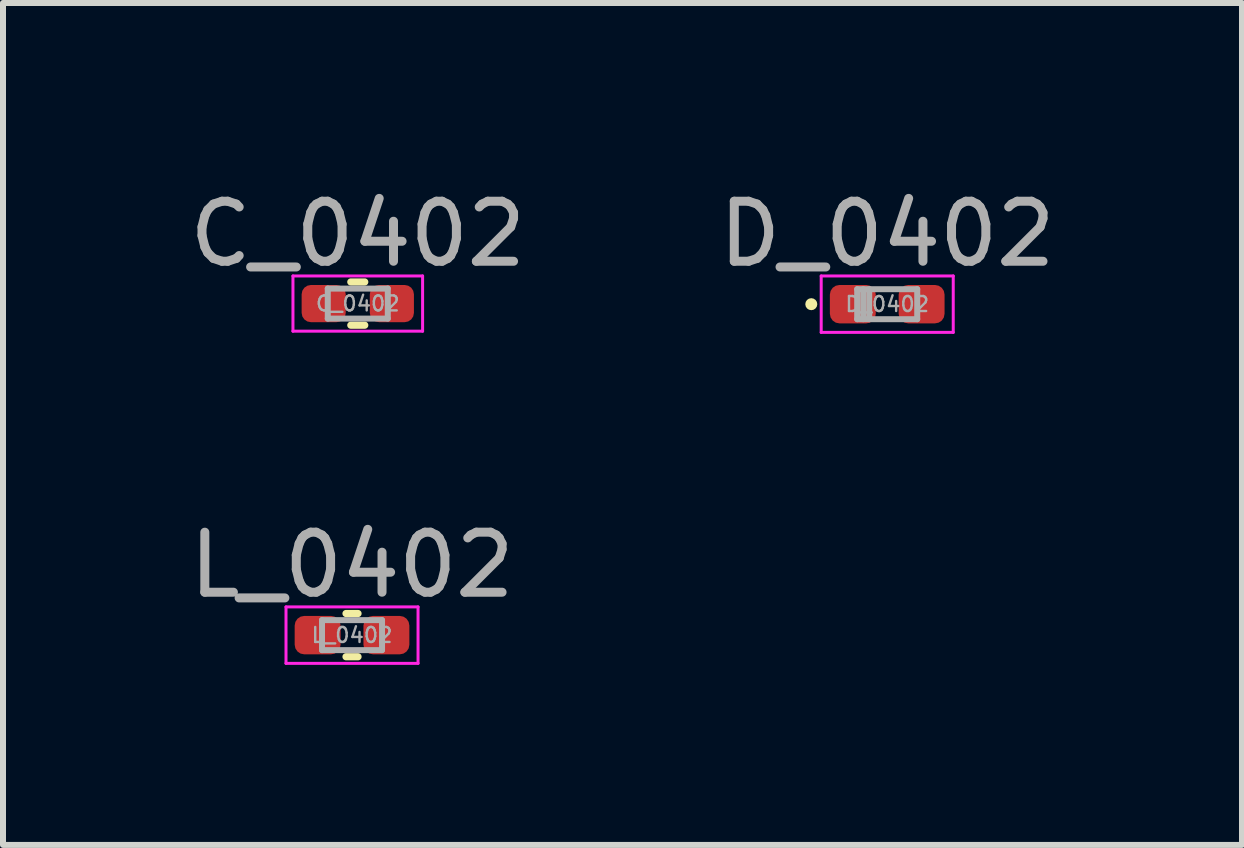
<source format=kicad_pcb>
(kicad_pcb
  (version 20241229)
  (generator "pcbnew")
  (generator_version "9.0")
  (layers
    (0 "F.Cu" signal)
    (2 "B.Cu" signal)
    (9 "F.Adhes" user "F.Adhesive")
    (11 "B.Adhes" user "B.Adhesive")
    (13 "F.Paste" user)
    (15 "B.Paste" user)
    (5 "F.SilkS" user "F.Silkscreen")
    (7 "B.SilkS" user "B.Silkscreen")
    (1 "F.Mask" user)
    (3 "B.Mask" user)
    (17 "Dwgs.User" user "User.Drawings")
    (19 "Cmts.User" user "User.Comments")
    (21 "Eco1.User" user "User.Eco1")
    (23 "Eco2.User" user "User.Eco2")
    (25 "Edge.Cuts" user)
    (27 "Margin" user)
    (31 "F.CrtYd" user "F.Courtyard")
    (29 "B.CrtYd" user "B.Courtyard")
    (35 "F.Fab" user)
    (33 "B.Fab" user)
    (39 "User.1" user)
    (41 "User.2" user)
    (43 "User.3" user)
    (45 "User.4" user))
  (footprint "D_0402"
    (layer "F.Cu")
    (at 11.732 2.018)
    (property "Reference" "D_0402" (at 0 -1.17 0) (layer "F.Fab") (effects (font (size 1 1) (thickness 0.15))))
    (attr smd)
    (fp_circle (center -1.265 0) (end -1.215 0) (stroke (width 0.1) (type solid)) (fill no) (layer "F.SilkS"))
    (fp_line (start -1.1 -0.47) (end 1.1 -0.47) (stroke (width 0.05) (type solid)) (layer "F.CrtYd"))
    (fp_line (start -1.1 0.47) (end -1.1 -0.47) (stroke (width 0.05) (type solid)) (layer "F.CrtYd"))
    (fp_line (start 1.1 -0.47) (end 1.1 0.47) (stroke (width 0.05) (type solid)) (layer "F.CrtYd"))
    (fp_line (start 1.1 0.47) (end -1.1 0.47) (stroke (width 0.05) (type solid)) (layer "F.CrtYd"))
    (fp_line (start -0.5 -0.25) (end 0.5 -0.25) (stroke (width 0.1) (type solid)) (layer "F.Fab"))
    (fp_line (start -0.5 0.25) (end -0.5 -0.25) (stroke (width 0.1) (type solid)) (layer "F.Fab"))
    (fp_line (start -0.4 0.25) (end -0.4 -0.25) (stroke (width 0.1) (type solid)) (layer "F.Fab"))
    (fp_line (start -0.3 0.25) (end -0.3 -0.25) (stroke (width 0.1) (type solid)) (layer "F.Fab"))
    (fp_line (start 0.5 -0.25) (end 0.5 0.25) (stroke (width 0.1) (type solid)) (layer "F.Fab"))
    (fp_line (start 0.5 0.25) (end -0.5 0.25) (stroke (width 0.1) (type solid)) (layer "F.Fab"))
    (fp_text user "${REFERENCE}" (at 0 0 0) (layer "F.Fab") (effects (font (size 0.25 0.25) (thickness 0.04))))
    (pad "1" smd roundrect (at -0.573 0) (size 0.765 0.64) (layers "F.Cu" "F.Mask" "F.Paste") (roundrect_rratio 0.25))
    (pad "2" smd roundrect (at 0.573 0) (size 0.765 0.64) (layers "F.Cu" "F.Mask" "F.Paste") (roundrect_rratio 0.25)))
  (footprint "C_0402"
    (layer "F.Cu")
    (at 2.911 2.008)
    (property "Reference" "C_0402" (at 0 -1.16 0) (layer "F.Fab") (effects (font (size 1 1) (thickness 0.15))))
    (attr smd)
    (fp_line (start -0.116 -0.36) (end 0.116 -0.36) (stroke (width 0.12) (type solid)) (layer "F.SilkS"))
    (fp_line (start -0.116 0.36) (end 0.116 0.36) (stroke (width 0.12) (type solid)) (layer "F.SilkS"))
    (fp_line (start -1.08 -0.46) (end 1.08 -0.46) (stroke (width 0.05) (type solid)) (layer "F.CrtYd"))
    (fp_line (start -1.08 0.46) (end -1.08 -0.46) (stroke (width 0.05) (type solid)) (layer "F.CrtYd"))
    (fp_line (start 1.08 -0.46) (end 1.08 0.46) (stroke (width 0.05) (type solid)) (layer "F.CrtYd"))
    (fp_line (start 1.08 0.46) (end -1.08 0.46) (stroke (width 0.05) (type solid)) (layer "F.CrtYd"))
    (fp_line (start -0.5 -0.25) (end 0.5 -0.25) (stroke (width 0.1) (type solid)) (layer "F.Fab"))
    (fp_line (start -0.5 0.25) (end -0.5 -0.25) (stroke (width 0.1) (type solid)) (layer "F.Fab"))
    (fp_line (start 0.5 -0.25) (end 0.5 0.25) (stroke (width 0.1) (type solid)) (layer "F.Fab"))
    (fp_line (start 0.5 0.25) (end -0.5 0.25) (stroke (width 0.1) (type solid)) (layer "F.Fab"))
    (fp_text user "${REFERENCE}" (at 0 0 0) (layer "F.Fab") (effects (font (size 0.25 0.25) (thickness 0.04))))
    (pad "1" smd roundrect (at -0.568 0) (size 0.735 0.62) (layers "F.Cu" "F.Mask" "F.Paste") (roundrect_rratio 0.25))
    (pad "2" smd roundrect (at 0.568 0) (size 0.735 0.62) (layers "F.Cu" "F.Mask" "F.Paste") (roundrect_rratio 0.25)))
  (footprint "L_0402"
    (layer "F.Cu")
    (at 2.815 7.532)
    (property "Reference" "L_0402" (at 0 -1.17 0) (layer "F.Fab") (effects (font (size 1 1) (thickness 0.15))))
    (attr smd)
    (fp_line (start -0.1 -0.36) (end 0.1 -0.36) (stroke (width 0.12) (type solid)) (layer "F.SilkS"))
    (fp_line (start -0.1 0.36) (end 0.1 0.36) (stroke (width 0.12) (type solid)) (layer "F.SilkS"))
    (fp_line (start -1.1 -0.47) (end 1.1 -0.47) (stroke (width 0.05) (type solid)) (layer "F.CrtYd"))
    (fp_line (start -1.1 0.47) (end -1.1 -0.47) (stroke (width 0.05) (type solid)) (layer "F.CrtYd"))
    (fp_line (start 1.1 -0.47) (end 1.1 0.47) (stroke (width 0.05) (type solid)) (layer "F.CrtYd"))
    (fp_line (start 1.1 0.47) (end -1.1 0.47) (stroke (width 0.05) (type solid)) (layer "F.CrtYd"))
    (fp_line (start -0.5 -0.25) (end 0.5 -0.25) (stroke (width 0.1) (type solid)) (layer "F.Fab"))
    (fp_line (start -0.5 0.25) (end -0.5 -0.25) (stroke (width 0.1) (type solid)) (layer "F.Fab"))
    (fp_line (start 0.5 -0.25) (end 0.5 0.25) (stroke (width 0.1) (type solid)) (layer "F.Fab"))
    (fp_line (start 0.5 0.25) (end -0.5 0.25) (stroke (width 0.1) (type solid)) (layer "F.Fab"))
    (fp_text user "${REFERENCE}" (at 0 0 0) (layer "F.Fab") (effects (font (size 0.25 0.25) (thickness 0.04))))
    (pad "1" smd roundrect (at -0.573 0) (size 0.765 0.64) (layers "F.Cu" "F.Mask" "F.Paste") (roundrect_rratio 0.25))
    (pad "2" smd roundrect (at 0.573 0) (size 0.765 0.64) (layers "F.Cu" "F.Mask" "F.Paste") (roundrect_rratio 0.25)))
  (gr_rect
    (start -3 -3)
    (end 17.643 11.027)
    (stroke (width 0.1) (type default))
    (fill no)
    (layer "Edge.Cuts")))
</source>
